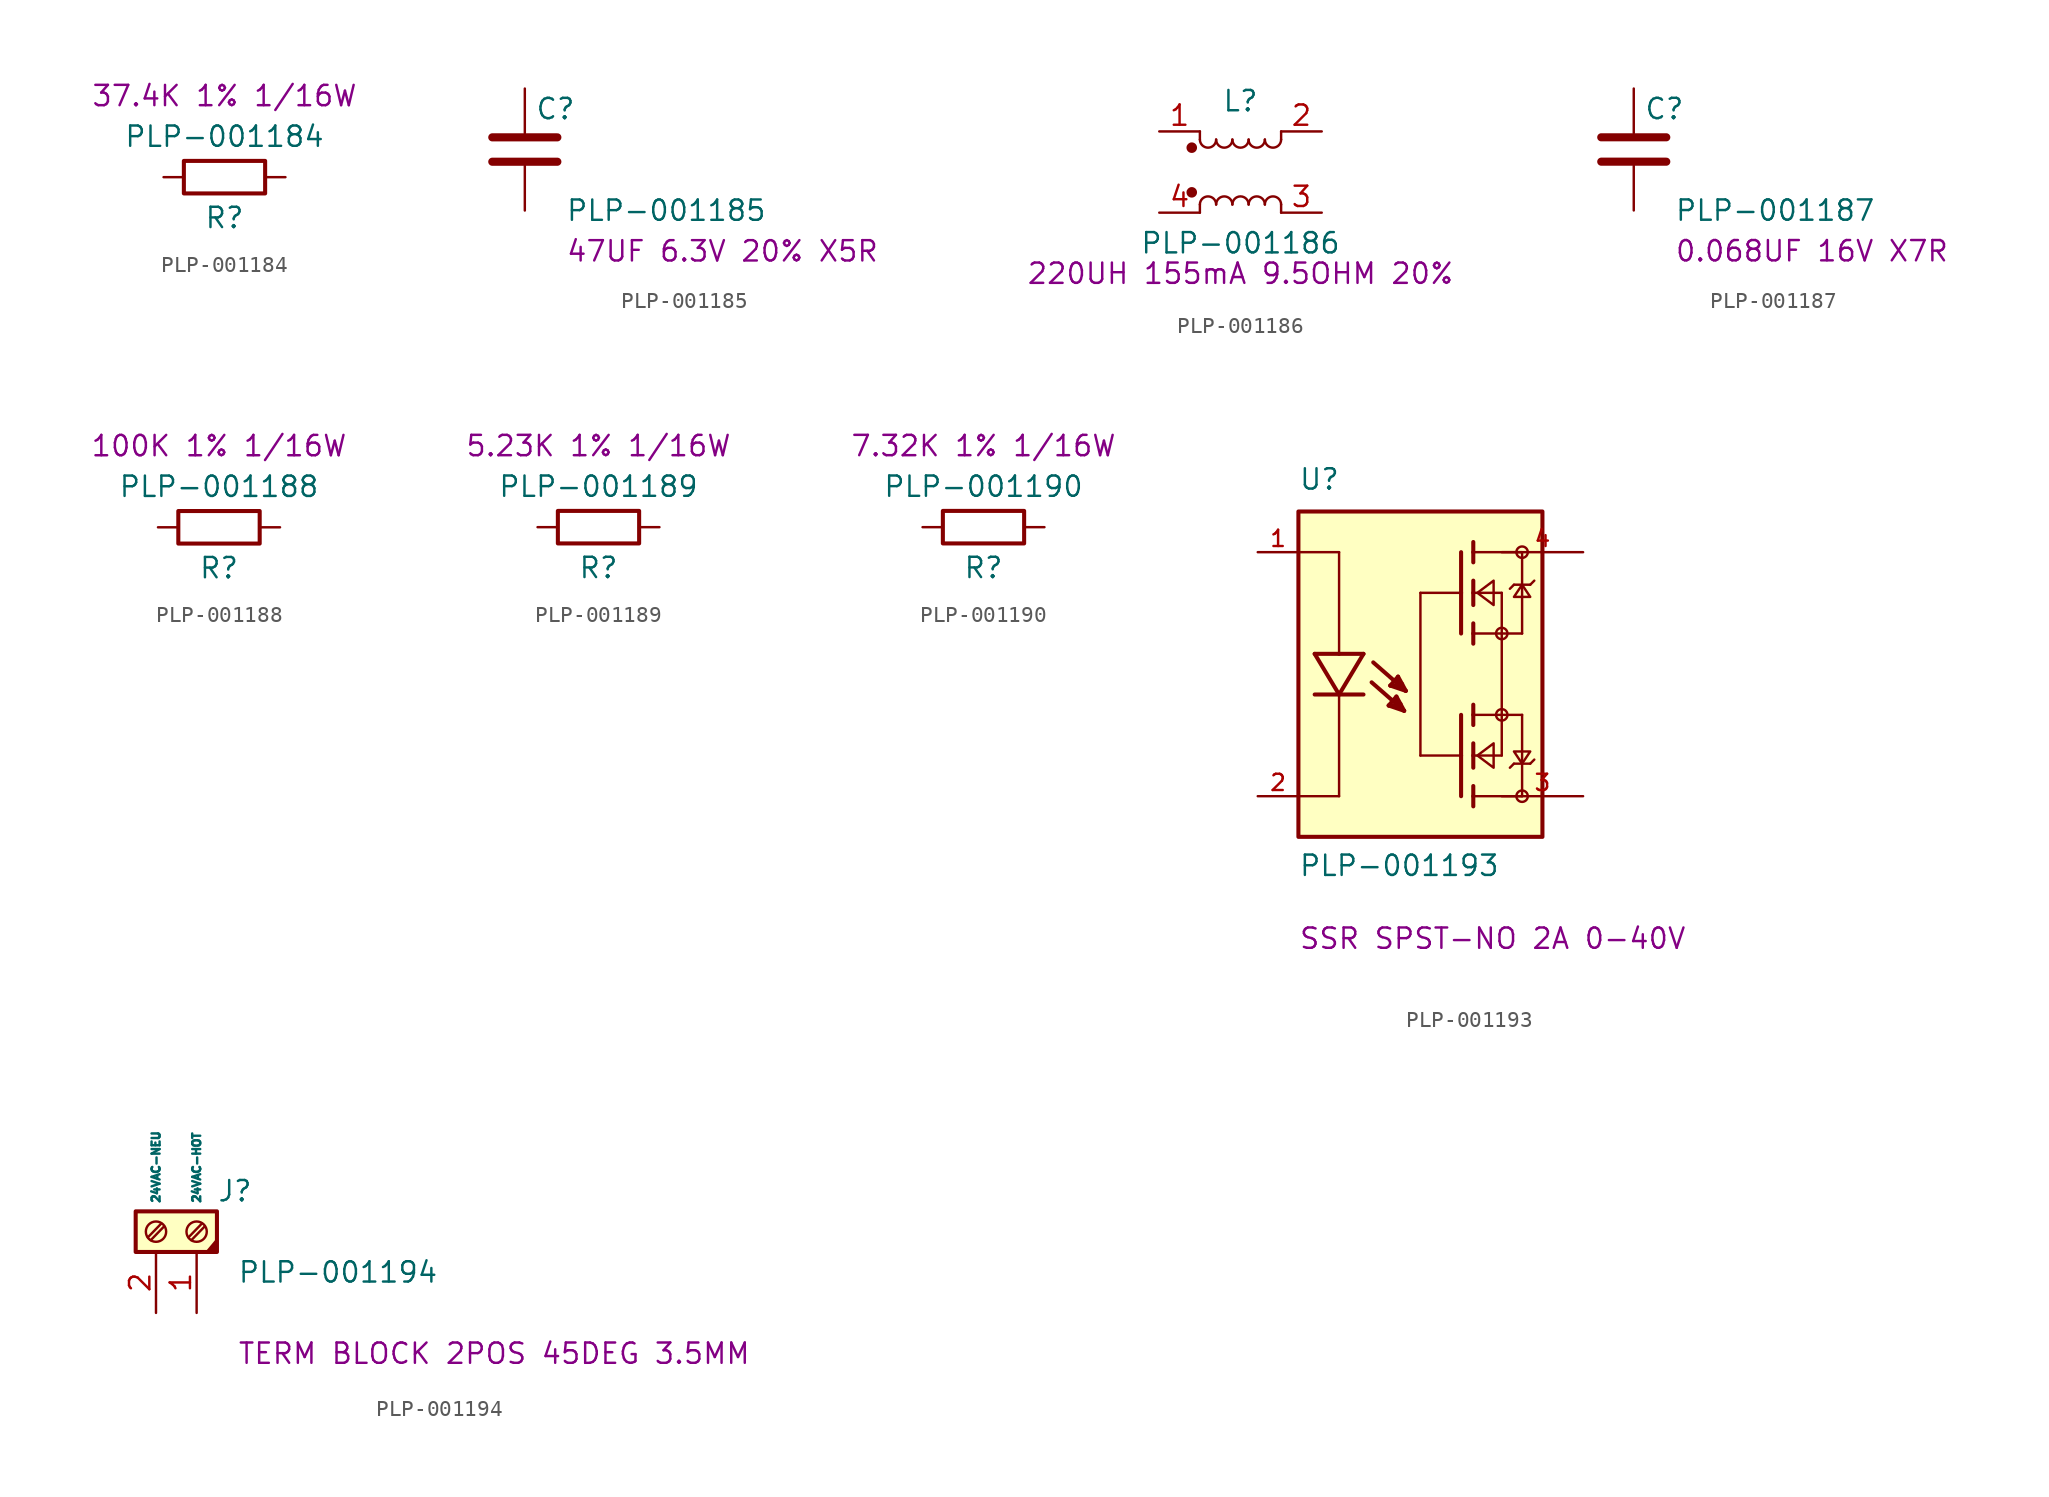
<source format=kicad_sym>
(kicad_symbol_lib
  (version 20241209)
  (generator "kicad_symbol_editor")
  (generator_version "9.0")
  (symbol "PLP-001184"
    (pin_numbers
      (hide yes))
    (pin_names
      (offset 0))
    (property "Reference" "R"
      (at 2.54 -5.08 0)
      (effects (font (size 1.27 1.27))))
    (property "Value" "PLP-001184"
      (at 2.54 0 0)
      (effects (font (size 1.27 1.27))))
    (property "Info" "37.4K 1% 1/16W"
      (at 2.54 2.54 0)
      (effects (font (size 1.27 1.27))))
    (symbol "PLP-001184_0_1"
      (rectangle (start 5.08 -3.556) (end 0 -1.524) (stroke (width 0.254) (type default)) (fill (type none))))
    (symbol "PLP-001184_1_1"
      (pin passive line (at -1.27 -2.54 0) (length 1.27) (name "~" (effects (font (size 1.27 1.27)))) (number "1" (effects (font (size 1.27 1.27)))))
      (pin passive line (at 6.35 -2.54 180) (length 1.27) (name "~" (effects (font (size 1.27 1.27)))) (number "2" (effects (font (size 1.27 1.27)))))))
  (symbol "PLP-001185"
    (pin_numbers
      (hide yes))
    (pin_names
      (offset 0.254))
    (property "Reference" "C"
      (at 0.635 2.54 0)
      (effects (font (size 1.27 1.27)) (justify left)))
    (property "Value" "PLP-001185"
      (at 2.54 -3.81 0)
      (effects (font (size 1.27 1.27)) (justify left)))
    (property "Info" "47UF 6.3V 20% X5R"
      (at 2.54 -6.35 0)
      (effects (font (size 1.27 1.27)) (justify left)))
    (symbol "PLP-001185_0_1"
      (polyline (pts (xy -2.032 0.762) (xy 2.032 0.762)) (stroke (width 0.508) (type default)) (fill (type none)))
      (polyline (pts (xy -2.032 -0.762) (xy 2.032 -0.762)) (stroke (width 0.508) (type default)) (fill (type none))))
    (symbol "PLP-001185_1_1"
      (pin passive line (at 0 3.81 270) (length 2.794) (name "~" (effects (font (size 1.27 1.27)))) (number "1" (effects (font (size 1.27 1.27)))))
      (pin passive line (at 0 -3.81 90) (length 2.794) (name "~" (effects (font (size 1.27 1.27)))) (number "2" (effects (font (size 1.27 1.27)))))))
  (symbol "PLP-001186"
    (pin_names
      (offset 0.254)
      (hide yes))
    (property "Reference" "L"
      (at 0 4.445 0)
      (effects (font (size 1.27 1.27))))
    (property "Value" "PLP-001186"
      (at 0 -4.445 0)
      (effects (font (size 1.27 1.27))))
    (property "Info" "220UH 155mA 9.5OHM 20%"
      (at 0 -6.35 0)
      (effects (font (size 1.27 1.27))))
    (symbol "PLP-001186_0_1"
      (circle (center -3.048 1.524) (radius 0.254) (stroke (width 0) (type default)) (fill (type outline)))
      (circle (center -3.048 -1.27) (radius 0.254) (stroke (width 0) (type default)) (fill (type outline)))
      (polyline (pts (xy -2.54 2.032) (xy -2.54 2.54)) (stroke (width 0) (type default)) (fill (type none)))
      (polyline (pts (xy -2.54 -2.032) (xy -2.54 -2.54)) (stroke (width 0) (type default)) (fill (type none)))
      (arc (start -1.524 2.032) (mid -2.032 1.5262) (end -2.54 2.032) (stroke (width 0) (type default)) (fill (type none)))
      (arc (start -2.54 -2.032) (mid -2.032 -1.5262) (end -1.524 -2.032) (stroke (width 0) (type default)) (fill (type none)))
      (arc (start -0.508 2.032) (mid -1.016 1.5262) (end -1.524 2.032) (stroke (width 0) (type default)) (fill (type none)))
      (arc (start -1.524 -2.032) (mid -1.016 -1.5262) (end -0.508 -2.032) (stroke (width 0) (type default)) (fill (type none)))
      (arc (start 0.508 2.032) (mid 0 1.5262) (end -0.508 2.032) (stroke (width 0) (type default)) (fill (type none)))
      (arc (start -0.508 -2.032) (mid 0 -1.5262) (end 0.508 -2.032) (stroke (width 0) (type default)) (fill (type none)))
      (arc (start 1.524 2.032) (mid 1.016 1.5262) (end 0.508 2.032) (stroke (width 0) (type default)) (fill (type none)))
      (arc (start 0.508 -2.032) (mid 1.016 -1.5262) (end 1.524 -2.032) (stroke (width 0) (type default)) (fill (type none)))
      (arc (start 2.54 2.032) (mid 2.032 1.5262) (end 1.524 2.032) (stroke (width 0) (type default)) (fill (type none)))
      (arc (start 1.524 -2.032) (mid 2.032 -1.5262) (end 2.54 -2.032) (stroke (width 0) (type default)) (fill (type none)))
      (polyline (pts (xy 2.54 2.54) (xy 2.54 2.032)) (stroke (width 0) (type default)) (fill (type none)))
      (polyline (pts (xy 2.54 -2.032) (xy 2.54 -2.54)) (stroke (width 0) (type default)) (fill (type none))))
    (symbol "PLP-001186_1_1"
      (pin passive line (at -5.08 2.54 0) (length 2.54) (name "1" (effects (font (size 1.27 1.27)))) (number "1" (effects (font (size 1.27 1.27)))))
      (pin passive line (at -5.08 -2.54 0) (length 2.54) (name "4" (effects (font (size 1.27 1.27)))) (number "4" (effects (font (size 1.27 1.27)))))
      (pin passive line (at 5.08 2.54 180) (length 2.54) (name "2" (effects (font (size 1.27 1.27)))) (number "2" (effects (font (size 1.27 1.27)))))
      (pin passive line (at 5.08 -2.54 180) (length 2.54) (name "3" (effects (font (size 1.27 1.27)))) (number "3" (effects (font (size 1.27 1.27)))))))
  (symbol "PLP-001187"
    (pin_numbers
      (hide yes))
    (pin_names
      (offset 0.254))
    (property "Reference" "C"
      (at 0.635 2.54 0)
      (effects (font (size 1.27 1.27)) (justify left)))
    (property "Value" "PLP-001187"
      (at 2.54 -3.81 0)
      (effects (font (size 1.27 1.27)) (justify left)))
    (property "Info" "0.068UF 16V X7R"
      (at 2.54 -6.35 0)
      (effects (font (size 1.27 1.27)) (justify left)))
    (symbol "PLP-001187_0_1"
      (polyline (pts (xy -2.032 0.762) (xy 2.032 0.762)) (stroke (width 0.508) (type default)) (fill (type none)))
      (polyline (pts (xy -2.032 -0.762) (xy 2.032 -0.762)) (stroke (width 0.508) (type default)) (fill (type none))))
    (symbol "PLP-001187_1_1"
      (pin passive line (at 0 3.81 270) (length 2.794) (name "~" (effects (font (size 1.27 1.27)))) (number "1" (effects (font (size 1.27 1.27)))))
      (pin passive line (at 0 -3.81 90) (length 2.794) (name "~" (effects (font (size 1.27 1.27)))) (number "2" (effects (font (size 1.27 1.27)))))))
  (symbol "PLP-001188"
    (pin_numbers
      (hide yes))
    (pin_names
      (offset 0))
    (property "Reference" "R"
      (at 2.54 -5.08 0)
      (effects (font (size 1.27 1.27))))
    (property "Value" "PLP-001188"
      (at 2.54 0 0)
      (effects (font (size 1.27 1.27))))
    (property "Info" "100K 1% 1/16W"
      (at 2.54 2.54 0)
      (effects (font (size 1.27 1.27))))
    (symbol "PLP-001188_0_1"
      (rectangle (start 5.08 -3.556) (end 0 -1.524) (stroke (width 0.254) (type default)) (fill (type none))))
    (symbol "PLP-001188_1_1"
      (pin passive line (at -1.27 -2.54 0) (length 1.27) (name "~" (effects (font (size 1.27 1.27)))) (number "1" (effects (font (size 1.27 1.27)))))
      (pin passive line (at 6.35 -2.54 180) (length 1.27) (name "~" (effects (font (size 1.27 1.27)))) (number "2" (effects (font (size 1.27 1.27)))))))
  (symbol "PLP-001189"
    (pin_numbers
      (hide yes))
    (pin_names
      (offset 0))
    (property "Reference" "R"
      (at 2.54 -5.08 0)
      (effects (font (size 1.27 1.27))))
    (property "Value" "PLP-001189"
      (at 2.54 0 0)
      (effects (font (size 1.27 1.27))))
    (property "Info" "5.23K 1% 1/16W"
      (at 2.54 2.54 0)
      (effects (font (size 1.27 1.27))))
    (symbol "PLP-001189_0_1"
      (rectangle (start 5.08 -3.556) (end 0 -1.524) (stroke (width 0.254) (type default)) (fill (type none))))
    (symbol "PLP-001189_1_1"
      (pin passive line (at -1.27 -2.54 0) (length 1.27) (name "~" (effects (font (size 1.27 1.27)))) (number "1" (effects (font (size 1.27 1.27)))))
      (pin passive line (at 6.35 -2.54 180) (length 1.27) (name "~" (effects (font (size 1.27 1.27)))) (number "2" (effects (font (size 1.27 1.27)))))))
  (symbol "PLP-001190"
    (pin_numbers
      (hide yes))
    (pin_names
      (offset 0))
    (property "Reference" "R"
      (at 2.54 -5.08 0)
      (effects (font (size 1.27 1.27))))
    (property "Value" "PLP-001190"
      (at 2.54 0 0)
      (effects (font (size 1.27 1.27))))
    (property "Info" "7.32K 1% 1/16W"
      (at 2.54 2.54 0)
      (effects (font (size 1.27 1.27))))
    (symbol "PLP-001190_0_1"
      (rectangle (start 5.08 -3.556) (end 0 -1.524) (stroke (width 0.254) (type default)) (fill (type none))))
    (symbol "PLP-001190_1_1"
      (pin passive line (at -1.27 -2.54 0) (length 1.27) (name "~" (effects (font (size 1.27 1.27)))) (number "1" (effects (font (size 1.27 1.27)))))
      (pin passive line (at 6.35 -2.54 180) (length 1.27) (name "~" (effects (font (size 1.27 1.27)))) (number "2" (effects (font (size 1.27 1.27)))))))
  (symbol "PLP-001193"
    (pin_names
      (offset 1.016)
      (hide yes))
    (property "Reference" "U"
      (at -7.62 11.43 0)
      (effects (font (size 1.27 1.27)) (justify left bottom)))
    (property "Value" "PLP-001193"
      (at -7.62 -12.7 0)
      (effects (font (size 1.27 1.27)) (justify left bottom)))
    (property "Info" "SSR SPST-NO 2A 0-40V"
      (at -7.62 -16.51 0)
      (effects (font (size 1.27 1.27)) (justify left)))
    (symbol "PLP-001193_0_0"
      (polyline (pts (xy -7.62 7.62) (xy -5.08 7.62)) (stroke (width 0.152) (type solid)) (fill (type none)))
      (polyline (pts (xy -7.62 -7.62) (xy -5.08 -7.62)) (stroke (width 0.152) (type solid)) (fill (type none)))
      (rectangle (start -7.62 -10.16) (end 7.62 10.16) (stroke (width 0.254) (type solid)) (fill (type background)))
      (polyline (pts (xy -6.604 1.27) (xy -5.08 -1.27)) (stroke (width 0.254) (type solid)) (fill (type none)))
      (polyline (pts (xy -5.08 1.27) (xy -6.604 1.27)) (stroke (width 0.254) (type solid)) (fill (type none)))
      (polyline (pts (xy -5.08 1.27) (xy -5.08 7.62)) (stroke (width 0.152) (type solid)) (fill (type none)))
      (polyline (pts (xy -5.08 -1.27) (xy -6.604 -1.27)) (stroke (width 0.254) (type solid)) (fill (type none)))
      (polyline (pts (xy -5.08 -1.27) (xy -3.556 1.27)) (stroke (width 0.254) (type solid)) (fill (type none)))
      (polyline (pts (xy -5.08 -7.62) (xy -5.08 -1.27)) (stroke (width 0.152) (type solid)) (fill (type none)))
      (polyline (pts (xy -3.556 1.27) (xy -5.08 1.27)) (stroke (width 0.254) (type solid)) (fill (type none)))
      (polyline (pts (xy -3.556 -1.27) (xy -5.08 -1.27)) (stroke (width 0.254) (type solid)) (fill (type none)))
      (polyline (pts (xy -1.981 -1.956) (xy -1.499 -1.397)) (stroke (width 0.254) (type solid)) (fill (type none)))
      (polyline (pts (xy -1.981 -1.956) (xy -1.245 -1.981)) (stroke (width 0.254) (type solid)) (fill (type none)))
      (polyline (pts (xy -1.88 -0.711) (xy -1.397 -0.152)) (stroke (width 0.254) (type solid)) (fill (type none)))
      (polyline (pts (xy -1.88 -0.711) (xy -1.143 -0.737)) (stroke (width 0.254) (type solid)) (fill (type none)))
      (polyline (pts (xy -1.575 -1.575) (xy -1.422 -1.803)) (stroke (width 0.254) (type solid)) (fill (type none)))
      (polyline (pts (xy -1.499 -1.397) (xy -1.016 -2.286)) (stroke (width 0.254) (type solid)) (fill (type none)))
      (polyline (pts (xy -1.473 -0.33) (xy -1.321 -0.559)) (stroke (width 0.254) (type solid)) (fill (type none)))
      (polyline (pts (xy -1.397 -0.152) (xy -0.914 -1.041)) (stroke (width 0.254) (type solid)) (fill (type none)))
      (polyline (pts (xy -1.245 -1.981) (xy -1.245 -1.854)) (stroke (width 0.254) (type solid)) (fill (type none)))
      (polyline (pts (xy -1.143 -0.737) (xy -1.143 -0.61)) (stroke (width 0.254) (type solid)) (fill (type none)))
      (polyline (pts (xy -1.016 -2.286) (xy -3.048 -0.508)) (stroke (width 0.254) (type solid)) (fill (type none)))
      (polyline (pts (xy -1.016 -2.286) (xy -1.981 -1.956)) (stroke (width 0.254) (type solid)) (fill (type none)))
      (polyline (pts (xy -0.914 -1.041) (xy -2.946 0.737)) (stroke (width 0.254) (type solid)) (fill (type none)))
      (polyline (pts (xy -0.914 -1.041) (xy -1.88 -0.711)) (stroke (width 0.254) (type solid)) (fill (type none)))
      (polyline (pts (xy 0 5.08) (xy 0 -5.08)) (stroke (width 0.152) (type solid)) (fill (type none)))
      (polyline (pts (xy 0 -5.08) (xy 2.54 -5.08)) (stroke (width 0.152) (type solid)) (fill (type none)))
      (polyline (pts (xy 2.54 7.62) (xy 2.54 5.08)) (stroke (width 0.254) (type solid)) (fill (type none)))
      (polyline (pts (xy 2.54 5.08) (xy 0 5.08)) (stroke (width 0.152) (type solid)) (fill (type none)))
      (polyline (pts (xy 2.54 5.08) (xy 2.54 2.54)) (stroke (width 0.254) (type solid)) (fill (type none)))
      (polyline (pts (xy 2.54 -2.54) (xy 2.54 -5.08)) (stroke (width 0.254) (type solid)) (fill (type none)))
      (polyline (pts (xy 2.54 -5.08) (xy 2.54 -7.62)) (stroke (width 0.254) (type solid)) (fill (type none)))
      (polyline (pts (xy 3.302 8.255) (xy 3.302 7.62)) (stroke (width 0.254) (type solid)) (fill (type none)))
      (polyline (pts (xy 3.302 7.62) (xy 3.302 6.985)) (stroke (width 0.254) (type solid)) (fill (type none)))
      (polyline (pts (xy 3.302 7.62) (xy 6.35 7.62)) (stroke (width 0.152) (type solid)) (fill (type none)))
      (polyline (pts (xy 3.302 5.842) (xy 3.302 5.08)) (stroke (width 0.254) (type solid)) (fill (type none)))
      (polyline (pts (xy 3.302 5.08) (xy 3.302 4.318)) (stroke (width 0.254) (type solid)) (fill (type none)))
      (polyline (pts (xy 3.302 5.08) (xy 5.08 5.08)) (stroke (width 0.152) (type solid)) (fill (type none)))
      (polyline (pts (xy 3.302 3.175) (xy 3.302 2.54)) (stroke (width 0.254) (type solid)) (fill (type none)))
      (polyline (pts (xy 3.302 2.54) (xy 3.302 1.905)) (stroke (width 0.254) (type solid)) (fill (type none)))
      (polyline (pts (xy 3.302 -1.905) (xy 3.302 -2.54)) (stroke (width 0.254) (type solid)) (fill (type none)))
      (polyline (pts (xy 3.302 -2.54) (xy 3.302 -3.175)) (stroke (width 0.254) (type solid)) (fill (type none)))
      (polyline (pts (xy 3.302 -2.54) (xy 5.08 -2.54)) (stroke (width 0.152) (type solid)) (fill (type none)))
      (polyline (pts (xy 3.302 -4.318) (xy 3.302 -5.08)) (stroke (width 0.254) (type solid)) (fill (type none)))
      (polyline (pts (xy 3.302 -5.08) (xy 3.302 -5.842)) (stroke (width 0.254) (type solid)) (fill (type none)))
      (polyline (pts (xy 3.302 -5.08) (xy 5.08 -5.08)) (stroke (width 0.152) (type solid)) (fill (type none)))
      (polyline (pts (xy 3.302 -6.985) (xy 3.302 -7.62)) (stroke (width 0.254) (type solid)) (fill (type none)))
      (polyline (pts (xy 3.302 -7.62) (xy 3.302 -8.255)) (stroke (width 0.254) (type solid)) (fill (type none)))
      (polyline (pts (xy 3.556 5.08) (xy 4.572 5.842) (xy 4.572 4.318) (xy 3.556 5.08)) (stroke (width 0.152) (type solid)) (fill (type background)))
      (polyline (pts (xy 3.556 -5.08) (xy 4.572 -4.318) (xy 4.572 -5.842) (xy 3.556 -5.08)) (stroke (width 0.152) (type solid)) (fill (type background)))
      (polyline (pts (xy 5.08 5.08) (xy 5.08 2.54)) (stroke (width 0.152) (type solid)) (fill (type none)))
      (polyline (pts (xy 5.08 2.54) (xy 3.302 2.54)) (stroke (width 0.152) (type solid)) (fill (type none)))
      (polyline (pts (xy 5.08 2.54) (xy 5.08 -2.54)) (stroke (width 0.152) (type solid)) (fill (type none)))
      (polyline (pts (xy 5.08 2.54) (xy 6.35 2.54)) (stroke (width 0.152) (type solid)) (fill (type none)))
      (circle (center 5.08 2.54) (radius 0.356) (stroke (width 0) (type solid)) (fill (type none)))
      (polyline (pts (xy 5.08 -2.54) (xy 5.08 -5.08)) (stroke (width 0.152) (type solid)) (fill (type none)))
      (polyline (pts (xy 5.08 -2.54) (xy 6.35 -2.54)) (stroke (width 0.152) (type solid)) (fill (type none)))
      (circle (center 5.08 -2.54) (radius 0.356) (stroke (width 0) (type solid)) (fill (type none)))
      (polyline (pts (xy 5.588 -5.842) (xy 5.842 -5.588)) (stroke (width 0.152) (type solid)) (fill (type none)))
      (polyline (pts (xy 5.842 5.588) (xy 5.588 5.334)) (stroke (width 0.152) (type solid)) (fill (type none)))
      (polyline (pts (xy 5.842 -5.588) (xy 6.35 -5.588)) (stroke (width 0.152) (type solid)) (fill (type none)))
      (polyline (pts (xy 6.35 7.62) (xy 6.35 5.588)) (stroke (width 0.152) (type solid)) (fill (type none)))
      (circle (center 6.35 7.62) (radius 0.356) (stroke (width 0) (type solid)) (fill (type none)))
      (polyline (pts (xy 6.35 5.588) (xy 5.842 5.588)) (stroke (width 0.152) (type solid)) (fill (type none)))
      (polyline (pts (xy 6.35 5.588) (xy 6.35 2.54)) (stroke (width 0.152) (type solid)) (fill (type none)))
      (polyline (pts (xy 6.35 5.588) (xy 5.842 4.826) (xy 6.858 4.826) (xy 6.35 5.588)) (stroke (width 0.152) (type solid)) (fill (type background)))
      (polyline (pts (xy 6.35 -2.54) (xy 6.35 -5.588)) (stroke (width 0.152) (type solid)) (fill (type none)))
      (polyline (pts (xy 6.35 -5.588) (xy 6.35 -7.62)) (stroke (width 0.152) (type solid)) (fill (type none)))
      (polyline (pts (xy 6.35 -5.588) (xy 6.858 -5.588)) (stroke (width 0.152) (type solid)) (fill (type none)))
      (polyline (pts (xy 6.35 -5.588) (xy 6.858 -4.826) (xy 5.842 -4.826) (xy 6.35 -5.588)) (stroke (width 0.152) (type solid)) (fill (type background)))
      (polyline (pts (xy 6.35 -7.62) (xy 3.302 -7.62)) (stroke (width 0.152) (type solid)) (fill (type none)))
      (circle (center 6.35 -7.62) (radius 0.356) (stroke (width 0) (type solid)) (fill (type none)))
      (polyline (pts (xy 6.858 5.588) (xy 6.35 5.588)) (stroke (width 0.152) (type solid)) (fill (type none)))
      (polyline (pts (xy 6.858 -5.588) (xy 7.112 -5.334)) (stroke (width 0.152) (type solid)) (fill (type none)))
      (polyline (pts (xy 7.112 5.842) (xy 6.858 5.588)) (stroke (width 0.152) (type solid)) (fill (type none)))
      (pin passive line (at -10.16 7.62 0) (length 2.54) (name "~" (effects (font (size 1.016 1.016)))) (number "1" (effects (font (size 1.016 1.016)))))
      (pin passive line (at -10.16 -7.62 0) (length 2.54) (name "~" (effects (font (size 1.016 1.016)))) (number "2" (effects (font (size 1.016 1.016)))))
      (pin passive line (at 10.16 7.62 180) (length 5.08) (name "~" (effects (font (size 1.016 1.016)))) (number "4" (effects (font (size 1.016 1.016)))))
      (pin passive line (at 10.16 -7.62 180) (length 5.08) (name "~" (effects (font (size 1.016 1.016)))) (number "3" (effects (font (size 1.016 1.016)))))))
  (symbol "PLP-001194"
    (pin_names
      (offset 3))
    (property "Reference" "J"
      (at 1.27 2.54 0)
      (effects (font (size 1.27 1.27)) (justify left)))
    (property "Value" "PLP-001194"
      (at 2.54 -2.54 0)
      (effects (font (size 1.27 1.27)) (justify left)))
    (property "Info" "TERM BLOCK 2POS 45DEG 3.5MM"
      (at 2.54 -7.62 0)
      (effects (font (size 1.27 1.27)) (justify left)))
    (symbol "PLP-001194_0_1"
      (polyline (pts (xy 1.27 -0.508) (xy 0.635 -1.27) (xy 1.27 -0.762) (xy 0.889 -1.27) (xy 1.27 -1.016)) (stroke (width 0) (type default)) (fill (type none))))
    (symbol "PLP-001194_1_1"
      (rectangle (start -3.81 1.27) (end 1.27 -1.27) (stroke (width 0.254) (type default)) (fill (type background)))
      (polyline (pts (xy -3.048 -0.356) (xy -2.21 0.508)) (stroke (width 0.152) (type default)) (fill (type none)))
      (polyline (pts (xy -2.87 -0.533) (xy -2.032 0.33)) (stroke (width 0.152) (type default)) (fill (type none)))
      (circle (center -2.54 0) (radius 0.635) (stroke (width 0.152) (type default)) (fill (type none)))
      (polyline (pts (xy -0.508 -0.356) (xy 0.33 0.508)) (stroke (width 0.152) (type default)) (fill (type none)))
      (polyline (pts (xy -0.33 -0.533) (xy 0.508 0.33)) (stroke (width 0.152) (type default)) (fill (type none)))
      (circle (center 0 0) (radius 0.635) (stroke (width 0.152) (type default)) (fill (type none)))
      (pin passive line (at -2.54 -5.08 90) (length 3.81) (name "24VAC-NEU" (effects (font (size 0.5 0.5)))) (number "2" (effects (font (size 1.27 1.27)))))
      (pin passive line (at 0 -5.08 90) (length 3.81) (name "24VAC-HOT" (effects (font (size 0.5 0.5)))) (number "1" (effects (font (size 1.27 1.27))))))))
</source>
